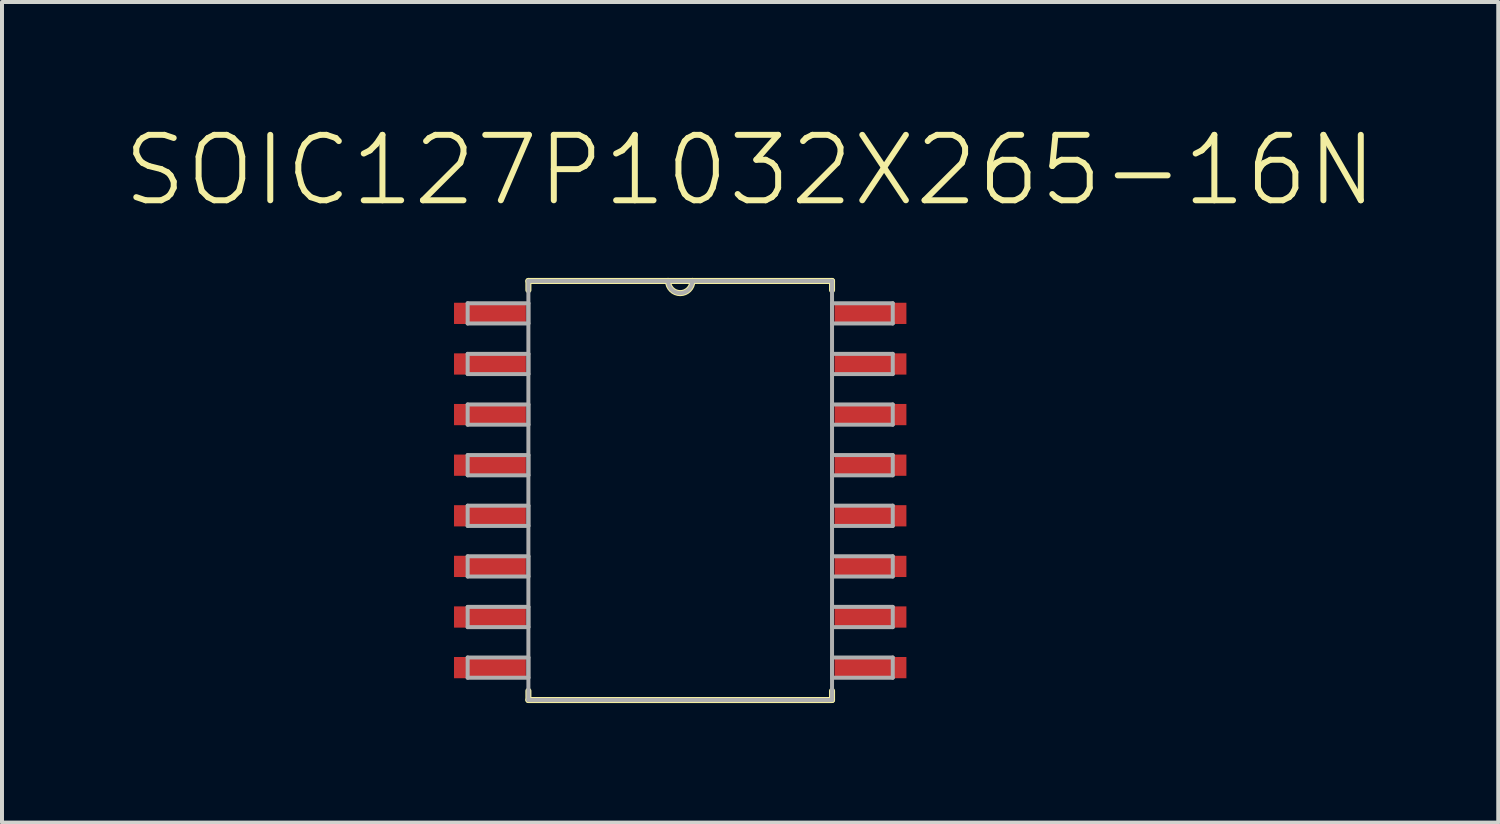
<source format=kicad_pcb>
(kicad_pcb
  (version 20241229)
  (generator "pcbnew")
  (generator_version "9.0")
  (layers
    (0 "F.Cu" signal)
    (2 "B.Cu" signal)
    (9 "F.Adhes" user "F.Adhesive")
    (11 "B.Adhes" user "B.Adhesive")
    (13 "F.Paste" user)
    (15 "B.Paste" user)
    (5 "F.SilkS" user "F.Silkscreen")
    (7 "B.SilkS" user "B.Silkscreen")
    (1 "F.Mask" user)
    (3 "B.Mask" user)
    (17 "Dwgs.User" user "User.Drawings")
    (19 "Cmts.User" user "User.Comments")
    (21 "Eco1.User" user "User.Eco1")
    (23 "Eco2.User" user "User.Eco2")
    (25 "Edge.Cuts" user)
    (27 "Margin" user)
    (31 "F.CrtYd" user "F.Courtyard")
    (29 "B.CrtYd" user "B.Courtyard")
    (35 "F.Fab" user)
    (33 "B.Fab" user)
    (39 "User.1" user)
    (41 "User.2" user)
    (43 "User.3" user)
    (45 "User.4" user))
  (footprint "SOIC127P1032X265-16N"
    (layer "F.Cu")
    (at 14.02 9.259)
    (property "Reference" "SOIC127P1032X265-16N" (at 1.754 -8.035 0) (layer "F.SilkS") (effects (font (size 1.642 1.642) (thickness 0.15))))
    (attr smd)
    (fp_line (start -3.81 -5.258) (end -3.81 -5.029) (stroke (width 0.152) (type solid)) (layer "F.SilkS"))
    (fp_line (start -3.81 5.029) (end -3.81 5.258) (stroke (width 0.152) (type solid)) (layer "F.SilkS"))
    (fp_line (start -3.81 5.258) (end 3.81 5.258) (stroke (width 0.152) (type solid)) (layer "F.SilkS"))
    (fp_line (start -0.305 -5.258) (end -3.81 -5.258) (stroke (width 0.152) (type solid)) (layer "F.SilkS"))
    (fp_line (start 0.305 -5.258) (end -0.305 -5.258) (stroke (width 0.152) (type solid)) (layer "F.SilkS"))
    (fp_line (start 3.81 -5.258) (end 0.305 -5.258) (stroke (width 0.152) (type solid)) (layer "F.SilkS"))
    (fp_line (start 3.81 -5.029) (end 3.81 -5.258) (stroke (width 0.152) (type solid)) (layer "F.SilkS"))
    (fp_line (start 3.81 5.258) (end 3.81 5.029) (stroke (width 0.152) (type solid)) (layer "F.SilkS"))
    (fp_arc (start 0.3048 -5.2578) (mid 0 -4.953) (end -0.3048 -5.2578) (stroke (width 0.1524) (type solid)) (layer "F.SilkS"))
    (fp_line (start -5.334 -4.699) (end -5.334 -4.191) (stroke (width 0.1) (type solid)) (layer "F.Fab"))
    (fp_line (start -5.334 -4.191) (end -3.81 -4.191) (stroke (width 0.1) (type solid)) (layer "F.Fab"))
    (fp_line (start -5.334 -3.429) (end -5.334 -2.921) (stroke (width 0.1) (type solid)) (layer "F.Fab"))
    (fp_line (start -5.334 -2.921) (end -3.81 -2.921) (stroke (width 0.1) (type solid)) (layer "F.Fab"))
    (fp_line (start -5.334 -2.159) (end -5.334 -1.651) (stroke (width 0.1) (type solid)) (layer "F.Fab"))
    (fp_line (start -5.334 -1.651) (end -3.81 -1.651) (stroke (width 0.1) (type solid)) (layer "F.Fab"))
    (fp_line (start -5.334 -0.889) (end -5.334 -0.381) (stroke (width 0.1) (type solid)) (layer "F.Fab"))
    (fp_line (start -5.334 -0.381) (end -3.81 -0.381) (stroke (width 0.1) (type solid)) (layer "F.Fab"))
    (fp_line (start -5.334 0.381) (end -5.334 0.889) (stroke (width 0.1) (type solid)) (layer "F.Fab"))
    (fp_line (start -5.334 0.889) (end -3.81 0.889) (stroke (width 0.1) (type solid)) (layer "F.Fab"))
    (fp_line (start -5.334 1.651) (end -5.334 2.159) (stroke (width 0.1) (type solid)) (layer "F.Fab"))
    (fp_line (start -5.334 2.159) (end -3.81 2.159) (stroke (width 0.1) (type solid)) (layer "F.Fab"))
    (fp_line (start -5.334 2.921) (end -5.334 3.429) (stroke (width 0.1) (type solid)) (layer "F.Fab"))
    (fp_line (start -5.334 3.429) (end -3.81 3.429) (stroke (width 0.1) (type solid)) (layer "F.Fab"))
    (fp_line (start -5.334 4.191) (end -5.334 4.699) (stroke (width 0.1) (type solid)) (layer "F.Fab"))
    (fp_line (start -5.334 4.699) (end -3.81 4.699) (stroke (width 0.1) (type solid)) (layer "F.Fab"))
    (fp_line (start -3.81 -5.258) (end -3.81 5.258) (stroke (width 0.1) (type solid)) (layer "F.Fab"))
    (fp_line (start -3.81 -4.699) (end -5.334 -4.699) (stroke (width 0.1) (type solid)) (layer "F.Fab"))
    (fp_line (start -3.81 -4.191) (end -3.81 -4.699) (stroke (width 0.1) (type solid)) (layer "F.Fab"))
    (fp_line (start -3.81 -3.429) (end -5.334 -3.429) (stroke (width 0.1) (type solid)) (layer "F.Fab"))
    (fp_line (start -3.81 -2.921) (end -3.81 -3.429) (stroke (width 0.1) (type solid)) (layer "F.Fab"))
    (fp_line (start -3.81 -2.159) (end -5.334 -2.159) (stroke (width 0.1) (type solid)) (layer "F.Fab"))
    (fp_line (start -3.81 -1.651) (end -3.81 -2.159) (stroke (width 0.1) (type solid)) (layer "F.Fab"))
    (fp_line (start -3.81 -0.889) (end -5.334 -0.889) (stroke (width 0.1) (type solid)) (layer "F.Fab"))
    (fp_line (start -3.81 -0.381) (end -3.81 -0.889) (stroke (width 0.1) (type solid)) (layer "F.Fab"))
    (fp_line (start -3.81 0.381) (end -5.334 0.381) (stroke (width 0.1) (type solid)) (layer "F.Fab"))
    (fp_line (start -3.81 0.889) (end -3.81 0.381) (stroke (width 0.1) (type solid)) (layer "F.Fab"))
    (fp_line (start -3.81 1.651) (end -5.334 1.651) (stroke (width 0.1) (type solid)) (layer "F.Fab"))
    (fp_line (start -3.81 2.159) (end -3.81 1.651) (stroke (width 0.1) (type solid)) (layer "F.Fab"))
    (fp_line (start -3.81 2.921) (end -5.334 2.921) (stroke (width 0.1) (type solid)) (layer "F.Fab"))
    (fp_line (start -3.81 3.429) (end -3.81 2.921) (stroke (width 0.1) (type solid)) (layer "F.Fab"))
    (fp_line (start -3.81 4.191) (end -5.334 4.191) (stroke (width 0.1) (type solid)) (layer "F.Fab"))
    (fp_line (start -3.81 4.699) (end -3.81 4.191) (stroke (width 0.1) (type solid)) (layer "F.Fab"))
    (fp_line (start -3.81 5.258) (end 3.81 5.258) (stroke (width 0.1) (type solid)) (layer "F.Fab"))
    (fp_line (start -0.305 -5.258) (end -3.81 -5.258) (stroke (width 0.1) (type solid)) (layer "F.Fab"))
    (fp_line (start 0.305 -5.258) (end -0.305 -5.258) (stroke (width 0.1) (type solid)) (layer "F.Fab"))
    (fp_line (start 3.81 -5.258) (end 0.305 -5.258) (stroke (width 0.1) (type solid)) (layer "F.Fab"))
    (fp_line (start 3.81 -4.699) (end 3.81 -4.191) (stroke (width 0.1) (type solid)) (layer "F.Fab"))
    (fp_line (start 3.81 -4.191) (end 5.334 -4.191) (stroke (width 0.1) (type solid)) (layer "F.Fab"))
    (fp_line (start 3.81 -3.429) (end 3.81 -2.921) (stroke (width 0.1) (type solid)) (layer "F.Fab"))
    (fp_line (start 3.81 -2.921) (end 5.334 -2.921) (stroke (width 0.1) (type solid)) (layer "F.Fab"))
    (fp_line (start 3.81 -2.159) (end 3.81 -1.651) (stroke (width 0.1) (type solid)) (layer "F.Fab"))
    (fp_line (start 3.81 -1.651) (end 5.334 -1.651) (stroke (width 0.1) (type solid)) (layer "F.Fab"))
    (fp_line (start 3.81 -0.889) (end 3.81 -0.381) (stroke (width 0.1) (type solid)) (layer "F.Fab"))
    (fp_line (start 3.81 -0.381) (end 5.334 -0.381) (stroke (width 0.1) (type solid)) (layer "F.Fab"))
    (fp_line (start 3.81 0.381) (end 3.81 0.889) (stroke (width 0.1) (type solid)) (layer "F.Fab"))
    (fp_line (start 3.81 0.889) (end 5.334 0.889) (stroke (width 0.1) (type solid)) (layer "F.Fab"))
    (fp_line (start 3.81 1.651) (end 3.81 2.159) (stroke (width 0.1) (type solid)) (layer "F.Fab"))
    (fp_line (start 3.81 2.159) (end 5.334 2.159) (stroke (width 0.1) (type solid)) (layer "F.Fab"))
    (fp_line (start 3.81 2.921) (end 3.81 3.429) (stroke (width 0.1) (type solid)) (layer "F.Fab"))
    (fp_line (start 3.81 3.429) (end 5.334 3.429) (stroke (width 0.1) (type solid)) (layer "F.Fab"))
    (fp_line (start 3.81 4.191) (end 3.81 4.699) (stroke (width 0.1) (type solid)) (layer "F.Fab"))
    (fp_line (start 3.81 4.699) (end 5.334 4.699) (stroke (width 0.1) (type solid)) (layer "F.Fab"))
    (fp_line (start 3.81 5.258) (end 3.81 -5.258) (stroke (width 0.1) (type solid)) (layer "F.Fab"))
    (fp_line (start 5.334 -4.699) (end 3.81 -4.699) (stroke (width 0.1) (type solid)) (layer "F.Fab"))
    (fp_line (start 5.334 -4.191) (end 5.334 -4.699) (stroke (width 0.1) (type solid)) (layer "F.Fab"))
    (fp_line (start 5.334 -3.429) (end 3.81 -3.429) (stroke (width 0.1) (type solid)) (layer "F.Fab"))
    (fp_line (start 5.334 -2.921) (end 5.334 -3.429) (stroke (width 0.1) (type solid)) (layer "F.Fab"))
    (fp_line (start 5.334 -2.159) (end 3.81 -2.159) (stroke (width 0.1) (type solid)) (layer "F.Fab"))
    (fp_line (start 5.334 -1.651) (end 5.334 -2.159) (stroke (width 0.1) (type solid)) (layer "F.Fab"))
    (fp_line (start 5.334 -0.889) (end 3.81 -0.889) (stroke (width 0.1) (type solid)) (layer "F.Fab"))
    (fp_line (start 5.334 -0.381) (end 5.334 -0.889) (stroke (width 0.1) (type solid)) (layer "F.Fab"))
    (fp_line (start 5.334 0.381) (end 3.81 0.381) (stroke (width 0.1) (type solid)) (layer "F.Fab"))
    (fp_line (start 5.334 0.889) (end 5.334 0.381) (stroke (width 0.1) (type solid)) (layer "F.Fab"))
    (fp_line (start 5.334 1.651) (end 3.81 1.651) (stroke (width 0.1) (type solid)) (layer "F.Fab"))
    (fp_line (start 5.334 2.159) (end 5.334 1.651) (stroke (width 0.1) (type solid)) (layer "F.Fab"))
    (fp_line (start 5.334 2.921) (end 3.81 2.921) (stroke (width 0.1) (type solid)) (layer "F.Fab"))
    (fp_line (start 5.334 3.429) (end 5.334 2.921) (stroke (width 0.1) (type solid)) (layer "F.Fab"))
    (fp_line (start 5.334 4.191) (end 3.81 4.191) (stroke (width 0.1) (type solid)) (layer "F.Fab"))
    (fp_line (start 5.334 4.699) (end 5.334 4.191) (stroke (width 0.1) (type solid)) (layer "F.Fab"))
    (fp_arc (start 0.3048 -5.2578) (mid 0 -4.953) (end -0.3048 -5.2578) (stroke (width 0.1) (type solid)) (layer "F.Fab"))
    (pad "1" smd rect (at -4.775 -4.445) (size 1.803 0.533) (layers "F.Cu" "F.Mask" "F.Paste"))
    (pad "2" smd rect (at -4.775 -3.175) (size 1.803 0.533) (layers "F.Cu" "F.Mask" "F.Paste"))
    (pad "3" smd rect (at -4.775 -1.905) (size 1.803 0.533) (layers "F.Cu" "F.Mask" "F.Paste"))
    (pad "4" smd rect (at -4.775 -0.635) (size 1.803 0.533) (layers "F.Cu" "F.Mask" "F.Paste"))
    (pad "5" smd rect (at -4.775 0.635) (size 1.803 0.533) (layers "F.Cu" "F.Mask" "F.Paste"))
    (pad "6" smd rect (at -4.775 1.905) (size 1.803 0.533) (layers "F.Cu" "F.Mask" "F.Paste"))
    (pad "7" smd rect (at -4.775 3.175) (size 1.803 0.533) (layers "F.Cu" "F.Mask" "F.Paste"))
    (pad "8" smd rect (at -4.775 4.445) (size 1.803 0.533) (layers "F.Cu" "F.Mask" "F.Paste"))
    (pad "9" smd rect (at 4.775 4.445) (size 1.803 0.533) (layers "F.Cu" "F.Mask" "F.Paste"))
    (pad "10" smd rect (at 4.775 3.175) (size 1.803 0.533) (layers "F.Cu" "F.Mask" "F.Paste"))
    (pad "11" smd rect (at 4.775 1.905) (size 1.803 0.533) (layers "F.Cu" "F.Mask" "F.Paste"))
    (pad "12" smd rect (at 4.775 0.635) (size 1.803 0.533) (layers "F.Cu" "F.Mask" "F.Paste"))
    (pad "13" smd rect (at 4.775 -0.635) (size 1.803 0.533) (layers "F.Cu" "F.Mask" "F.Paste"))
    (pad "14" smd rect (at 4.775 -1.905) (size 1.803 0.533) (layers "F.Cu" "F.Mask" "F.Paste"))
    (pad "15" smd rect (at 4.775 -3.175) (size 1.803 0.533) (layers "F.Cu" "F.Mask" "F.Paste"))
    (pad "16" smd rect (at 4.775 -4.445) (size 1.803 0.533) (layers "F.Cu" "F.Mask" "F.Paste")))
  (gr_rect
    (start -3 -3)
    (end 34.549 17.593)
    (stroke (width 0.1) (type default))
    (fill no)
    (layer "Edge.Cuts")))
</source>
